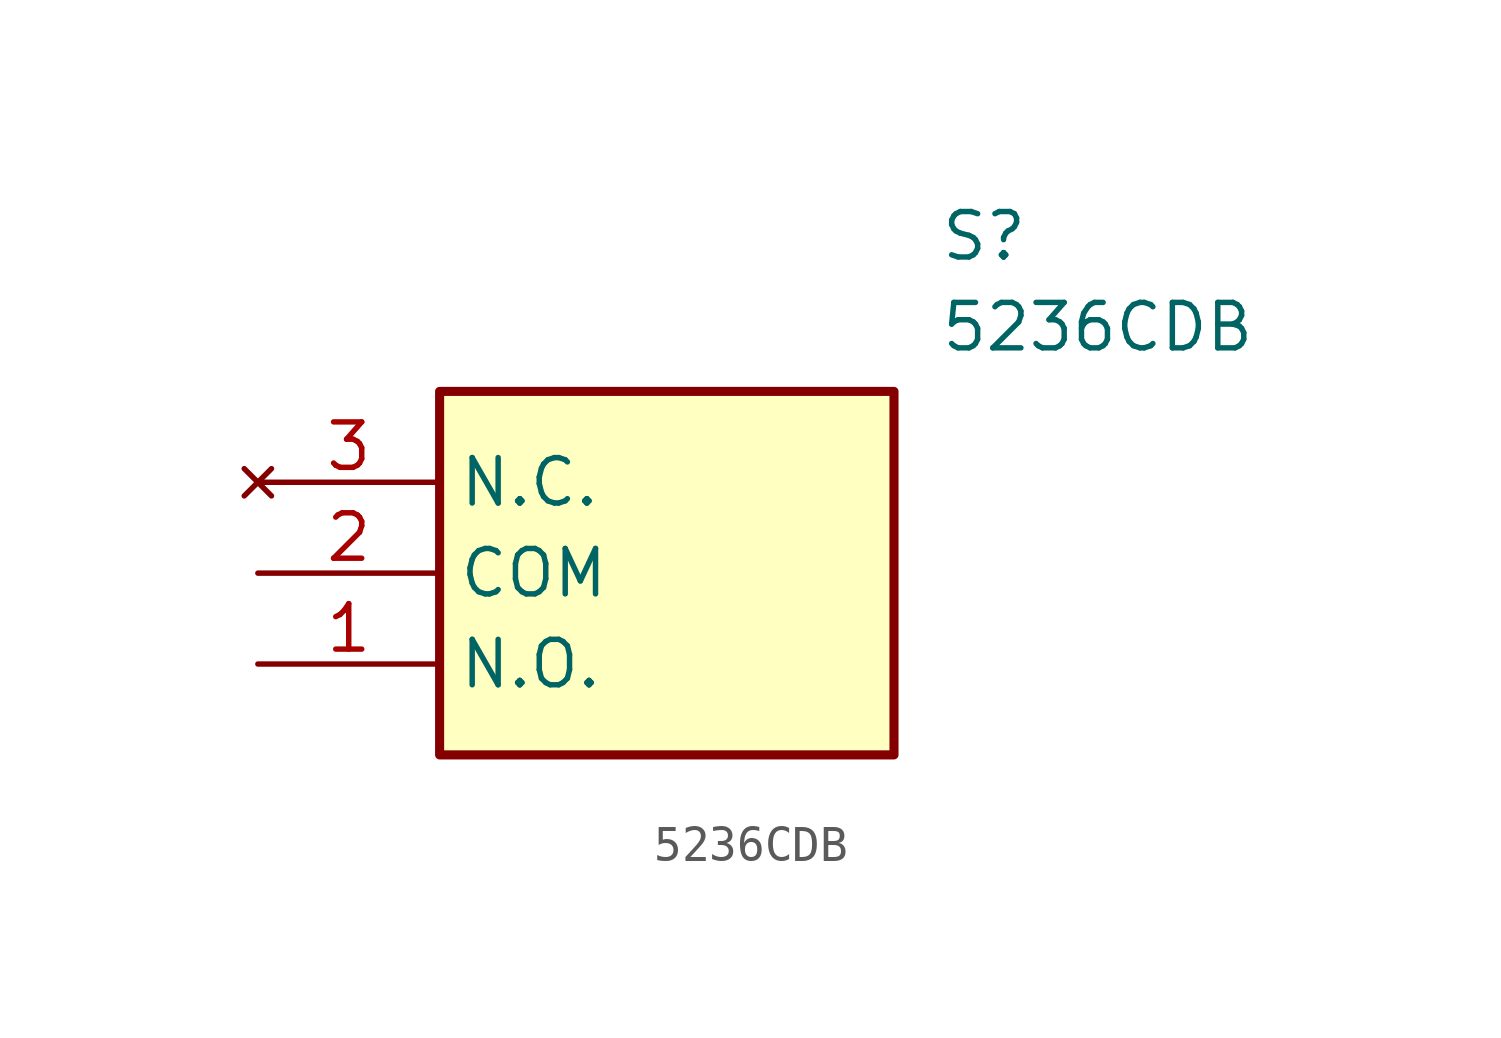
<source format=kicad_sym>
(kicad_symbol_lib
  (version 20241209)
  (generator "kicad_symbol_editor")
  (generator_version "9.0")
  (symbol "5236CDB"
    (property "Reference" "S"
      (at 19.05 7.62 0)
      (effects (font (size 1.27 1.27)) (justify left top)))
    (property "Value" "5236CDB"
      (at 19.05 5.08 0)
      (effects (font (size 1.27 1.27)) (justify left top)))
    (symbol "5236CDB_1_1"
      (rectangle (start 5.08 2.54) (end 17.78 -7.62) (stroke (width 0.254) (type default)) (fill (type background)))
      (pin no_connect line (at 0 0 0) (length 5.08) (name "N.C." (effects (font (size 1.27 1.27)))) (number "3" (effects (font (size 1.27 1.27)))))
      (pin passive line (at 0 -2.54 0) (length 5.08) (name "COM" (effects (font (size 1.27 1.27)))) (number "2" (effects (font (size 1.27 1.27)))))
      (pin passive line (at 0 -5.08 0) (length 5.08) (name "N.O." (effects (font (size 1.27 1.27)))) (number "1" (effects (font (size 1.27 1.27))))))))
</source>
